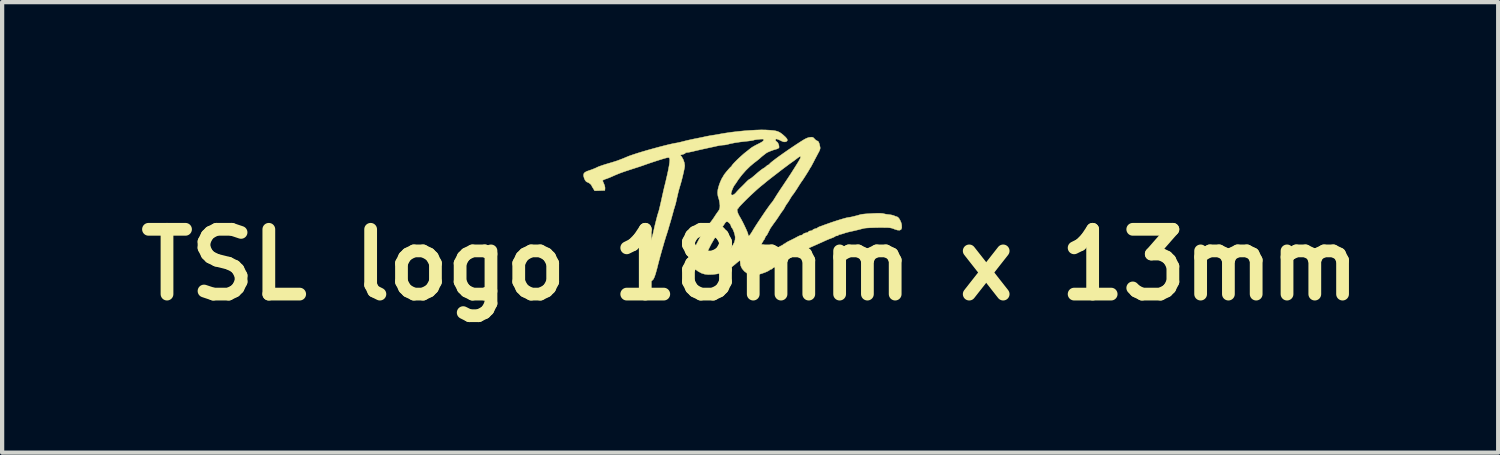
<source format=kicad_pcb>
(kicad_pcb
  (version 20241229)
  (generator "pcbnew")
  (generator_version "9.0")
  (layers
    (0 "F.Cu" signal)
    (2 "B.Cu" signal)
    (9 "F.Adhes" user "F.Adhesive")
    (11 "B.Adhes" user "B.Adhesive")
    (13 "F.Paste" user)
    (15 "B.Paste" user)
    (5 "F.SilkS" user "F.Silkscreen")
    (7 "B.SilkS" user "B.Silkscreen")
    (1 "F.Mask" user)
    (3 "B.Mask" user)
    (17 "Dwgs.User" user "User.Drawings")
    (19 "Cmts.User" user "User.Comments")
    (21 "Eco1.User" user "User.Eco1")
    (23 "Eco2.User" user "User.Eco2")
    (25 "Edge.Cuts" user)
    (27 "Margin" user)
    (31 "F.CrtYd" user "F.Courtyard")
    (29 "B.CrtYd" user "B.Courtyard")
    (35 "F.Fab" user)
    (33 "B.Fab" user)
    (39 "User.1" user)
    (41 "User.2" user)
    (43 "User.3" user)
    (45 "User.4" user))
  (footprint "TSL logo 18mm x 13mm"
    (layer "F.Cu")
    (at 14.594 3.178)
    (property "Reference" "TSL logo 18mm x 13mm" (at 0 0 0) (layer "F.SilkS") (effects (font (size 1.524 1.524) (thickness 0.3))))
    (attr through_hole)
    (fp_poly (pts (xy 0.353 -3.172) (xy 0.458 -3.166) (xy 0.539 -3.159) (xy 0.603 -3.149) (xy 0.653 -3.134) (xy 0.697 -3.113) (xy 0.739 -3.084) (xy 0.775 -3.055) (xy 0.834 -3.001) (xy 0.867 -2.96) (xy 0.876 -2.929) (xy 0.863 -2.907) (xy 0.856 -2.903) (xy 0.824 -2.891) (xy 0.791 -2.892) (xy 0.747 -2.907) (xy 0.711 -2.925) (xy 0.667 -2.945) (xy 0.631 -2.958) (xy 0.617 -2.961) (xy 0.599 -2.951) (xy 0.596 -2.929) (xy 0.608 -2.906) (xy 0.624 -2.896) (xy 0.646 -2.876) (xy 0.666 -2.839) (xy 0.678 -2.797) (xy 0.68 -2.76) (xy 0.678 -2.754) (xy 0.66 -2.738) (xy 0.624 -2.723) (xy 0.6 -2.716) (xy 0.555 -2.703) (xy 0.502 -2.684) (xy 0.45 -2.664) (xy 0.406 -2.644) (xy 0.38 -2.629) (xy 0.377 -2.627) (xy 0.362 -2.615) (xy 0.332 -2.592) (xy 0.315 -2.579) (xy 0.276 -2.548) (xy 0.243 -2.519) (xy 0.235 -2.511) (xy 0.213 -2.492) (xy 0.174 -2.46) (xy 0.124 -2.421) (xy 0.094 -2.399) (xy -0.002 -2.318) (xy -0.102 -2.22) (xy -0.197 -2.112) (xy -0.28 -2.003) (xy -0.328 -1.929) (xy -0.351 -1.896) (xy -0.368 -1.874) (xy -0.388 -1.843) (xy -0.411 -1.795) (xy -0.431 -1.742) (xy -0.446 -1.694) (xy -0.45 -1.666) (xy -0.44 -1.643) (xy -0.416 -1.639) (xy -0.383 -1.652) (xy -0.349 -1.68) (xy -0.339 -1.691) (xy -0.304 -1.731) (xy -0.26 -1.778) (xy -0.234 -1.804) (xy -0.189 -1.848) (xy -0.137 -1.9) (xy -0.097 -1.941) (xy -0.059 -1.979) (xy -0.027 -2.006) (xy -0.008 -2.017) (xy -0.007 -2.017) (xy 0.01 -2.027) (xy 0.044 -2.052) (xy 0.088 -2.089) (xy 0.132 -2.127) (xy 0.187 -2.175) (xy 0.239 -2.217) (xy 0.282 -2.249) (xy 0.305 -2.264) (xy 0.346 -2.289) (xy 0.38 -2.318) (xy 0.383 -2.321) (xy 0.41 -2.343) (xy 0.43 -2.351) (xy 0.448 -2.359) (xy 0.45 -2.364) (xy 0.462 -2.38) (xy 0.495 -2.41) (xy 0.547 -2.451) (xy 0.615 -2.503) (xy 0.696 -2.562) (xy 0.788 -2.627) (xy 0.887 -2.696) (xy 0.992 -2.767) (xy 1.077 -2.824) (xy 1.163 -2.88) (xy 1.229 -2.922) (xy 1.279 -2.952) (xy 1.318 -2.972) (xy 1.35 -2.985) (xy 1.38 -2.994) (xy 1.411 -2.999) (xy 1.412 -2.999) (xy 1.454 -3.002) (xy 1.481 -2.994) (xy 1.506 -2.971) (xy 1.512 -2.964) (xy 1.542 -2.934) (xy 1.57 -2.917) (xy 1.575 -2.915) (xy 1.596 -2.906) (xy 1.611 -2.886) (xy 1.626 -2.848) (xy 1.638 -2.797) (xy 1.646 -2.762) (xy 1.646 -2.734) (xy 1.638 -2.704) (xy 1.62 -2.664) (xy 1.598 -2.623) (xy 1.562 -2.555) (xy 1.521 -2.478) (xy 1.486 -2.409) (xy 1.459 -2.359) (xy 1.438 -2.319) (xy 1.424 -2.296) (xy 1.422 -2.293) (xy 1.411 -2.277) (xy 1.393 -2.245) (xy 1.387 -2.235) (xy 1.368 -2.202) (xy 1.338 -2.154) (xy 1.304 -2.1) (xy 1.27 -2.047) (xy 1.24 -2.001) (xy 1.219 -1.971) (xy 1.215 -1.967) (xy 1.203 -1.949) (xy 1.179 -1.913) (xy 1.147 -1.863) (xy 1.117 -1.815) (xy 1.079 -1.756) (xy 1.044 -1.704) (xy 1.017 -1.665) (xy 1.003 -1.648) (xy 0.981 -1.619) (xy 0.953 -1.575) (xy 0.936 -1.546) (xy 0.908 -1.5) (xy 0.883 -1.46) (xy 0.87 -1.444) (xy 0.848 -1.413) (xy 0.823 -1.37) (xy 0.815 -1.355) (xy 0.792 -1.314) (xy 0.772 -1.282) (xy 0.766 -1.275) (xy 0.75 -1.255) (xy 0.723 -1.216) (xy 0.69 -1.167) (xy 0.672 -1.139) (xy 0.634 -1.082) (xy 0.596 -1.028) (xy 0.565 -0.986) (xy 0.556 -0.974) (xy 0.476 -0.86) (xy 0.42 -0.751) (xy 0.4 -0.712) (xy 0.383 -0.687) (xy 0.377 -0.682) (xy 0.365 -0.67) (xy 0.351 -0.639) (xy 0.348 -0.631) (xy 0.334 -0.598) (xy 0.32 -0.581) (xy 0.318 -0.581) (xy 0.306 -0.569) (xy 0.305 -0.559) (xy 0.299 -0.539) (xy 0.293 -0.537) (xy 0.283 -0.524) (xy 0.27 -0.492) (xy 0.263 -0.472) (xy 0.249 -0.433) (xy 0.236 -0.41) (xy 0.231 -0.406) (xy 0.219 -0.395) (xy 0.218 -0.385) (xy 0.21 -0.365) (xy 0.203 -0.363) (xy 0.191 -0.351) (xy 0.189 -0.334) (xy 0.183 -0.31) (xy 0.174 -0.305) (xy 0.162 -0.293) (xy 0.16 -0.277) (xy 0.153 -0.251) (xy 0.144 -0.244) (xy 0.133 -0.228) (xy 0.123 -0.193) (xy 0.121 -0.177) (xy 0.117 -0.139) (xy 0.121 -0.121) (xy 0.138 -0.116) (xy 0.15 -0.116) (xy 0.179 -0.121) (xy 0.189 -0.131) (xy 0.201 -0.142) (xy 0.218 -0.145) (xy 0.241 -0.15) (xy 0.247 -0.156) (xy 0.259 -0.171) (xy 0.291 -0.194) (xy 0.338 -0.222) (xy 0.392 -0.25) (xy 0.447 -0.276) (xy 0.45 -0.277) (xy 0.499 -0.299) (xy 0.542 -0.321) (xy 0.561 -0.333) (xy 0.599 -0.36) (xy 0.624 -0.377) (xy 0.655 -0.4) (xy 0.673 -0.415) (xy 0.697 -0.431) (xy 0.733 -0.449) (xy 0.737 -0.451) (xy 0.768 -0.467) (xy 0.783 -0.481) (xy 0.784 -0.483) (xy 0.796 -0.492) (xy 0.806 -0.493) (xy 0.825 -0.5) (xy 0.827 -0.505) (xy 0.84 -0.516) (xy 0.872 -0.536) (xy 0.918 -0.56) (xy 0.933 -0.567) (xy 0.994 -0.597) (xy 1.057 -0.629) (xy 1.106 -0.656) (xy 1.107 -0.657) (xy 1.152 -0.679) (xy 1.189 -0.694) (xy 1.205 -0.697) (xy 1.229 -0.702) (xy 1.234 -0.709) (xy 1.246 -0.724) (xy 1.276 -0.74) (xy 1.311 -0.752) (xy 1.334 -0.755) (xy 1.361 -0.765) (xy 1.37 -0.777) (xy 1.389 -0.793) (xy 1.42 -0.798) (xy 1.453 -0.804) (xy 1.47 -0.818) (xy 1.489 -0.834) (xy 1.523 -0.847) (xy 1.53 -0.848) (xy 1.564 -0.857) (xy 1.581 -0.866) (xy 1.582 -0.868) (xy 1.594 -0.879) (xy 1.624 -0.893) (xy 1.629 -0.895) (xy 1.667 -0.908) (xy 1.72 -0.928) (xy 1.777 -0.949) (xy 1.778 -0.949) (xy 1.859 -0.978) (xy 1.946 -1.008) (xy 2.035 -1.037) (xy 2.121 -1.064) (xy 2.199 -1.087) (xy 2.262 -1.104) (xy 2.307 -1.113) (xy 2.322 -1.115) (xy 2.349 -1.119) (xy 2.394 -1.128) (xy 2.451 -1.142) (xy 2.511 -1.157) (xy 2.564 -1.172) (xy 2.583 -1.178) (xy 2.612 -1.185) (xy 2.654 -1.191) (xy 2.712 -1.197) (xy 2.791 -1.202) (xy 2.892 -1.208) (xy 2.995 -1.212) (xy 3.054 -1.212) (xy 3.107 -1.208) (xy 3.14 -1.202) (xy 3.182 -1.192) (xy 3.236 -1.184) (xy 3.266 -1.181) (xy 3.32 -1.173) (xy 3.368 -1.161) (xy 3.388 -1.153) (xy 3.423 -1.138) (xy 3.449 -1.132) (xy 3.449 -1.132) (xy 3.475 -1.119) (xy 3.504 -1.086) (xy 3.531 -1.038) (xy 3.553 -0.985) (xy 3.564 -0.935) (xy 3.566 -0.873) (xy 3.551 -0.832) (xy 3.519 -0.814) (xy 3.469 -0.815) (xy 3.398 -0.837) (xy 3.379 -0.845) (xy 3.35 -0.856) (xy 3.322 -0.864) (xy 3.289 -0.87) (xy 3.247 -0.874) (xy 3.191 -0.875) (xy 3.116 -0.876) (xy 3.019 -0.876) (xy 2.92 -0.874) (xy 2.829 -0.871) (xy 2.753 -0.867) (xy 2.697 -0.862) (xy 2.671 -0.857) (xy 2.534 -0.822) (xy 2.425 -0.796) (xy 2.359 -0.782) (xy 2.301 -0.768) (xy 2.236 -0.75) (xy 2.205 -0.739) (xy 2.157 -0.724) (xy 2.117 -0.714) (xy 2.1 -0.711) (xy 2.079 -0.704) (xy 2.076 -0.697) (xy 2.063 -0.686) (xy 2.039 -0.682) (xy 2.012 -0.678) (xy 2.003 -0.671) (xy 1.99 -0.661) (xy 1.958 -0.645) (xy 1.912 -0.627) (xy 1.854 -0.605) (xy 1.797 -0.581) (xy 1.763 -0.566) (xy 1.718 -0.545) (xy 1.649 -0.514) (xy 1.559 -0.474) (xy 1.451 -0.426) (xy 1.327 -0.372) (xy 1.321 -0.369) (xy 1.27 -0.344) (xy 1.199 -0.308) (xy 1.115 -0.262) (xy 1.023 -0.211) (xy 0.929 -0.158) (xy 0.838 -0.104) (xy 0.756 -0.055) (xy 0.688 -0.012) (xy 0.688 -0.012) (xy 0.636 0.02) (xy 0.591 0.047) (xy 0.559 0.063) (xy 0.554 0.065) (xy 0.529 0.078) (xy 0.523 0.088) (xy 0.511 0.1) (xy 0.502 0.102) (xy 0.474 0.111) (xy 0.462 0.12) (xy 0.427 0.144) (xy 0.371 0.17) (xy 0.302 0.196) (xy 0.23 0.219) (xy 0.161 0.237) (xy 0.104 0.246) (xy 0.088 0.246) (xy 0.007 0.234) (xy -0.07 0.201) (xy -0.137 0.151) (xy -0.19 0.089) (xy -0.223 0.02) (xy -0.232 -0.038) (xy -0.234 -0.076) (xy -0.24 -0.099) (xy -0.243 -0.101) (xy -0.258 -0.092) (xy -0.289 -0.068) (xy -0.331 -0.033) (xy -0.354 -0.013) (xy -0.464 0.076) (xy -0.567 0.141) (xy -0.67 0.187) (xy -0.779 0.215) (xy -0.88 0.227) (xy -0.985 0.23) (xy -1.071 0.22) (xy -1.146 0.196) (xy -1.219 0.156) (xy -1.234 0.147) (xy -1.295 0.1) (xy -1.335 0.054) (xy -1.358 0.002) (xy -1.368 -0.065) (xy -1.369 -0.13) (xy -1.368 -0.181) (xy -1.367 -0.187) (xy -1.037 -0.187) (xy -1.035 -0.124) (xy -1.021 -0.083) (xy -0.999 -0.074) (xy -0.955 -0.076) (xy -0.894 -0.09) (xy -0.884 -0.093) (xy -0.76 -0.142) (xy -0.646 -0.208) (xy -0.552 -0.286) (xy -0.537 -0.301) (xy -0.461 -0.388) (xy -0.407 -0.462) (xy -0.372 -0.528) (xy -0.355 -0.589) (xy -0.352 -0.651) (xy -0.353 -0.66) (xy -0.362 -0.711) (xy -0.379 -0.767) (xy -0.399 -0.819) (xy -0.42 -0.86) (xy -0.436 -0.878) (xy -0.448 -0.899) (xy -0.45 -0.912) (xy -0.461 -0.943) (xy -0.487 -0.978) (xy -0.519 -1.006) (xy -0.547 -1.016) (xy -0.575 -1.003) (xy -0.6 -0.969) (xy -0.622 -0.934) (xy -0.656 -0.887) (xy -0.694 -0.839) (xy -0.694 -0.839) (xy -0.732 -0.792) (xy -0.764 -0.748) (xy -0.784 -0.716) (xy -0.784 -0.715) (xy -0.804 -0.68) (xy -0.831 -0.633) (xy -0.85 -0.602) (xy -0.919 -0.482) (xy -0.977 -0.367) (xy -1.019 -0.265) (xy -1.022 -0.255) (xy -1.037 -0.187) (xy -1.367 -0.187) (xy -1.364 -0.224) (xy -1.356 -0.266) (xy -1.343 -0.31) (xy -1.322 -0.362) (xy -1.291 -0.427) (xy -1.25 -0.509) (xy -1.221 -0.566) (xy -1.169 -0.667) (xy -1.123 -0.747) (xy -1.081 -0.815) (xy -1.037 -0.875) (xy -0.987 -0.934) (xy -0.969 -0.955) (xy -0.923 -1.011) (xy -0.875 -1.076) (xy -0.846 -1.119) (xy -0.811 -1.173) (xy -0.776 -1.224) (xy -0.751 -1.258) (xy -0.738 -1.278) (xy -0.305 -1.278) (xy -0.295 -1.234) (xy -0.275 -1.184) (xy -0.256 -1.149) (xy -0.216 -1.08) (xy -0.175 -1.003) (xy -0.136 -0.924) (xy -0.101 -0.849) (xy -0.073 -0.785) (xy -0.054 -0.736) (xy -0.05 -0.719) (xy -0.042 -0.685) (xy -0.033 -0.676) (xy -0.019 -0.686) (xy -0.018 -0.687) (xy 0.003 -0.714) (xy 0.029 -0.752) (xy 0.035 -0.761) (xy 0.077 -0.831) (xy 0.129 -0.914) (xy 0.187 -1.003) (xy 0.249 -1.096) (xy 0.311 -1.188) (xy 0.37 -1.275) (xy 0.424 -1.351) (xy 0.469 -1.414) (xy 0.503 -1.457) (xy 0.513 -1.468) (xy 0.532 -1.494) (xy 0.559 -1.534) (xy 0.575 -1.56) (xy 0.598 -1.597) (xy 0.618 -1.629) (xy 0.638 -1.661) (xy 0.662 -1.697) (xy 0.691 -1.742) (xy 0.729 -1.799) (xy 0.779 -1.873) (xy 0.814 -1.926) (xy 0.887 -2.035) (xy 0.956 -2.14) (xy 1.019 -2.239) (xy 1.075 -2.328) (xy 1.122 -2.403) (xy 1.156 -2.461) (xy 1.176 -2.499) (xy 1.177 -2.501) (xy 1.188 -2.536) (xy 1.181 -2.549) (xy 1.155 -2.54) (xy 1.121 -2.516) (xy 1.08 -2.485) (xy 1.028 -2.446) (xy 0.98 -2.412) (xy 0.935 -2.38) (xy 0.876 -2.336) (xy 0.805 -2.283) (xy 0.727 -2.224) (xy 0.647 -2.162) (xy 0.568 -2.101) (xy 0.494 -2.044) (xy 0.43 -1.994) (xy 0.38 -1.954) (xy 0.348 -1.927) (xy 0.343 -1.923) (xy 0.323 -1.906) (xy 0.289 -1.879) (xy 0.254 -1.851) (xy 0.205 -1.81) (xy 0.146 -1.758) (xy 0.081 -1.698) (xy 0.012 -1.634) (xy -0.056 -1.569) (xy -0.121 -1.505) (xy -0.178 -1.447) (xy -0.225 -1.398) (xy -0.259 -1.36) (xy -0.275 -1.338) (xy -0.276 -1.335) (xy -0.287 -1.321) (xy -0.29 -1.321) (xy -0.304 -1.309) (xy -0.305 -1.278) (xy -0.738 -1.278) (xy -0.726 -1.297) (xy -0.714 -1.337) (xy -0.711 -1.392) (xy -0.716 -1.452) (xy -0.727 -1.514) (xy -0.734 -1.538) (xy -0.758 -1.62) (xy -0.766 -1.693) (xy -0.759 -1.768) (xy -0.736 -1.855) (xy -0.732 -1.867) (xy -0.71 -1.93) (xy -0.685 -1.988) (xy -0.664 -2.032) (xy -0.658 -2.042) (xy -0.637 -2.075) (xy -0.625 -2.096) (xy -0.624 -2.099) (xy -0.615 -2.115) (xy -0.592 -2.145) (xy -0.561 -2.185) (xy -0.525 -2.227) (xy -0.491 -2.266) (xy -0.464 -2.295) (xy -0.449 -2.308) (xy -0.448 -2.308) (xy -0.436 -2.319) (xy -0.435 -2.324) (xy -0.425 -2.341) (xy -0.398 -2.374) (xy -0.357 -2.418) (xy -0.307 -2.468) (xy -0.252 -2.52) (xy -0.197 -2.57) (xy -0.146 -2.615) (xy -0.109 -2.645) (xy -0.061 -2.682) (xy -0.017 -2.717) (xy 0.013 -2.742) (xy 0.014 -2.742) (xy 0.042 -2.762) (xy 0.089 -2.79) (xy 0.147 -2.821) (xy 0.185 -2.84) (xy 0.251 -2.874) (xy 0.293 -2.9) (xy 0.314 -2.921) (xy 0.319 -2.934) (xy 0.317 -2.948) (xy 0.307 -2.956) (xy 0.282 -2.957) (xy 0.237 -2.955) (xy 0.207 -2.952) (xy 0.151 -2.946) (xy 0.107 -2.939) (xy 0.082 -2.932) (xy 0.08 -2.931) (xy 0.06 -2.926) (xy 0.018 -2.919) (xy -0.04 -2.911) (xy -0.109 -2.904) (xy -0.235 -2.889) (xy -0.356 -2.871) (xy -0.463 -2.85) (xy -0.545 -2.829) (xy -0.594 -2.819) (xy -0.637 -2.816) (xy -0.681 -2.812) (xy -0.734 -2.804) (xy -0.752 -2.8) (xy -0.808 -2.788) (xy -0.865 -2.775) (xy -0.878 -2.772) (xy -0.918 -2.764) (xy -0.976 -2.751) (xy -1.044 -2.736) (xy -1.081 -2.728) (xy -1.159 -2.711) (xy -1.241 -2.692) (xy -1.314 -2.675) (xy -1.336 -2.669) (xy -1.395 -2.656) (xy -1.447 -2.646) (xy -1.482 -2.642) (xy -1.485 -2.642) (xy -1.514 -2.637) (xy -1.524 -2.628) (xy -1.537 -2.616) (xy -1.568 -2.602) (xy -1.583 -2.598) (xy -1.642 -2.582) (xy -1.608 -2.536) (xy -1.574 -2.475) (xy -1.549 -2.403) (xy -1.539 -2.335) (xy -1.539 -2.331) (xy -1.542 -2.299) (xy -1.552 -2.245) (xy -1.566 -2.176) (xy -1.584 -2.1) (xy -1.603 -2.022) (xy -1.622 -1.949) (xy -1.638 -1.894) (xy -1.659 -1.823) (xy -1.678 -1.758) (xy -1.695 -1.691) (xy -1.713 -1.613) (xy -1.735 -1.517) (xy -1.742 -1.483) (xy -1.756 -1.427) (xy -1.774 -1.368) (xy -1.777 -1.357) (xy -1.792 -1.31) (xy -1.804 -1.27) (xy -1.806 -1.26) (xy -1.813 -1.232) (xy -1.827 -1.182) (xy -1.845 -1.117) (xy -1.866 -1.042) (xy -1.89 -0.962) (xy -1.913 -0.884) (xy -1.934 -0.811) (xy -1.953 -0.751) (xy -1.966 -0.708) (xy -1.973 -0.689) (xy -1.982 -0.662) (xy -1.997 -0.612) (xy -2.018 -0.544) (xy -2.041 -0.463) (xy -2.067 -0.374) (xy -2.093 -0.282) (xy -2.118 -0.193) (xy -2.14 -0.11) (xy -2.159 -0.039) (xy -2.172 0.014) (xy -2.178 0.036) (xy -2.188 0.078) (xy -2.204 0.136) (xy -2.222 0.2) (xy -2.227 0.218) (xy -2.253 0.292) (xy -2.278 0.342) (xy -2.309 0.373) (xy -2.348 0.388) (xy -2.4 0.392) (xy -2.448 0.388) (xy -2.483 0.375) (xy -2.512 0.349) (xy -2.538 0.318) (xy -2.551 0.283) (xy -2.551 0.24) (xy -2.539 0.182) (xy -2.519 0.116) (xy -2.501 0.061) (xy -2.489 0.015) (xy -2.483 -0.014) (xy -2.482 -0.016) (xy -2.478 -0.041) (xy -2.466 -0.085) (xy -2.45 -0.138) (xy -2.447 -0.147) (xy -2.429 -0.207) (xy -2.413 -0.262) (xy -2.404 -0.303) (xy -2.404 -0.305) (xy -2.39 -0.369) (xy -2.367 -0.453) (xy -2.339 -0.548) (xy -2.322 -0.602) (xy -2.302 -0.667) (xy -2.283 -0.74) (xy -2.273 -0.784) (xy -2.256 -0.861) (xy -2.237 -0.942) (xy -2.217 -1.022) (xy -2.198 -1.096) (xy -2.182 -1.157) (xy -2.169 -1.201) (xy -2.163 -1.22) (xy -2.153 -1.248) (xy -2.138 -1.305) (xy -2.118 -1.389) (xy -2.092 -1.502) (xy -2.061 -1.644) (xy -2.06 -1.647) (xy -2.044 -1.718) (xy -2.028 -1.788) (xy -2.015 -1.845) (xy -2.009 -1.865) (xy -2 -1.902) (xy -1.99 -1.941) (xy -1.98 -1.986) (xy -1.966 -2.047) (xy -1.947 -2.128) (xy -1.944 -2.141) (xy -1.923 -2.242) (xy -1.906 -2.333) (xy -1.895 -2.408) (xy -1.891 -2.462) (xy -1.893 -2.49) (xy -1.903 -2.516) (xy -1.922 -2.523) (xy -1.949 -2.52) (xy -1.988 -2.51) (xy -2.047 -2.493) (xy -2.123 -2.47) (xy -2.208 -2.443) (xy -2.296 -2.414) (xy -2.383 -2.385) (xy -2.46 -2.358) (xy -2.524 -2.335) (xy -2.583 -2.315) (xy -2.628 -2.3) (xy -2.642 -2.296) (xy -2.685 -2.282) (xy -2.747 -2.262) (xy -2.818 -2.239) (xy -2.891 -2.215) (xy -2.955 -2.194) (xy -3.002 -2.177) (xy -3.004 -2.177) (xy -3.084 -2.147) (xy -3.176 -2.109) (xy -3.266 -2.069) (xy -3.273 -2.066) (xy -3.328 -2.043) (xy -3.385 -2.022) (xy -3.407 -2.015) (xy -3.444 -2) (xy -3.466 -1.986) (xy -3.469 -1.98) (xy -3.463 -1.959) (xy -3.448 -1.922) (xy -3.439 -1.903) (xy -3.421 -1.854) (xy -3.413 -1.808) (xy -3.414 -1.795) (xy -3.418 -1.749) (xy -3.537 -1.745) (xy -3.657 -1.741) (xy -3.693 -1.799) (xy -3.715 -1.835) (xy -3.728 -1.86) (xy -3.73 -1.865) (xy -3.741 -1.884) (xy -3.768 -1.909) (xy -3.801 -1.931) (xy -3.829 -1.944) (xy -3.835 -1.945) (xy -3.857 -1.958) (xy -3.882 -1.99) (xy -3.903 -2.035) (xy -3.916 -2.082) (xy -3.919 -2.107) (xy -3.912 -2.145) (xy -3.887 -2.174) (xy -3.84 -2.199) (xy -3.799 -2.213) (xy -3.713 -2.243) (xy -3.638 -2.274) (xy -3.594 -2.295) (xy -3.563 -2.309) (xy -3.509 -2.328) (xy -3.438 -2.352) (xy -3.357 -2.377) (xy -3.271 -2.402) (xy -3.25 -2.408) (xy -3.121 -2.449) (xy -2.983 -2.502) (xy -2.91 -2.533) (xy -2.849 -2.558) (xy -2.765 -2.587) (xy -2.662 -2.621) (xy -2.545 -2.657) (xy -2.42 -2.694) (xy -2.29 -2.73) (xy -2.162 -2.765) (xy -2.039 -2.797) (xy -1.927 -2.825) (xy -1.83 -2.847) (xy -1.754 -2.862) (xy -1.727 -2.866) (xy -1.698 -2.872) (xy -1.648 -2.883) (xy -1.587 -2.898) (xy -1.553 -2.907) (xy -1.48 -2.925) (xy -1.404 -2.942) (xy -1.339 -2.956) (xy -1.321 -2.96) (xy -1.259 -2.972) (xy -1.185 -2.987) (xy -1.111 -3.002) (xy -1.103 -3.004) (xy -1.03 -3.02) (xy -0.951 -3.035) (xy -0.884 -3.046) (xy -0.878 -3.047) (xy -0.811 -3.057) (xy -0.742 -3.069) (xy -0.697 -3.078) (xy -0.577 -3.098) (xy -0.442 -3.118) (xy -0.296 -3.135) (xy -0.148 -3.15) (xy -0.002 -3.161) (xy 0.134 -3.169) (xy 0.255 -3.173) (xy 0.353 -3.172)) (stroke (width 0.01) (type solid)) (fill yes) (layer "F.SilkS")))
  (gr_rect
    (start -3 -3)
    (end 32.188 7.596)
    (stroke (width 0.1) (type default))
    (fill no)
    (layer "Edge.Cuts")))
</source>
